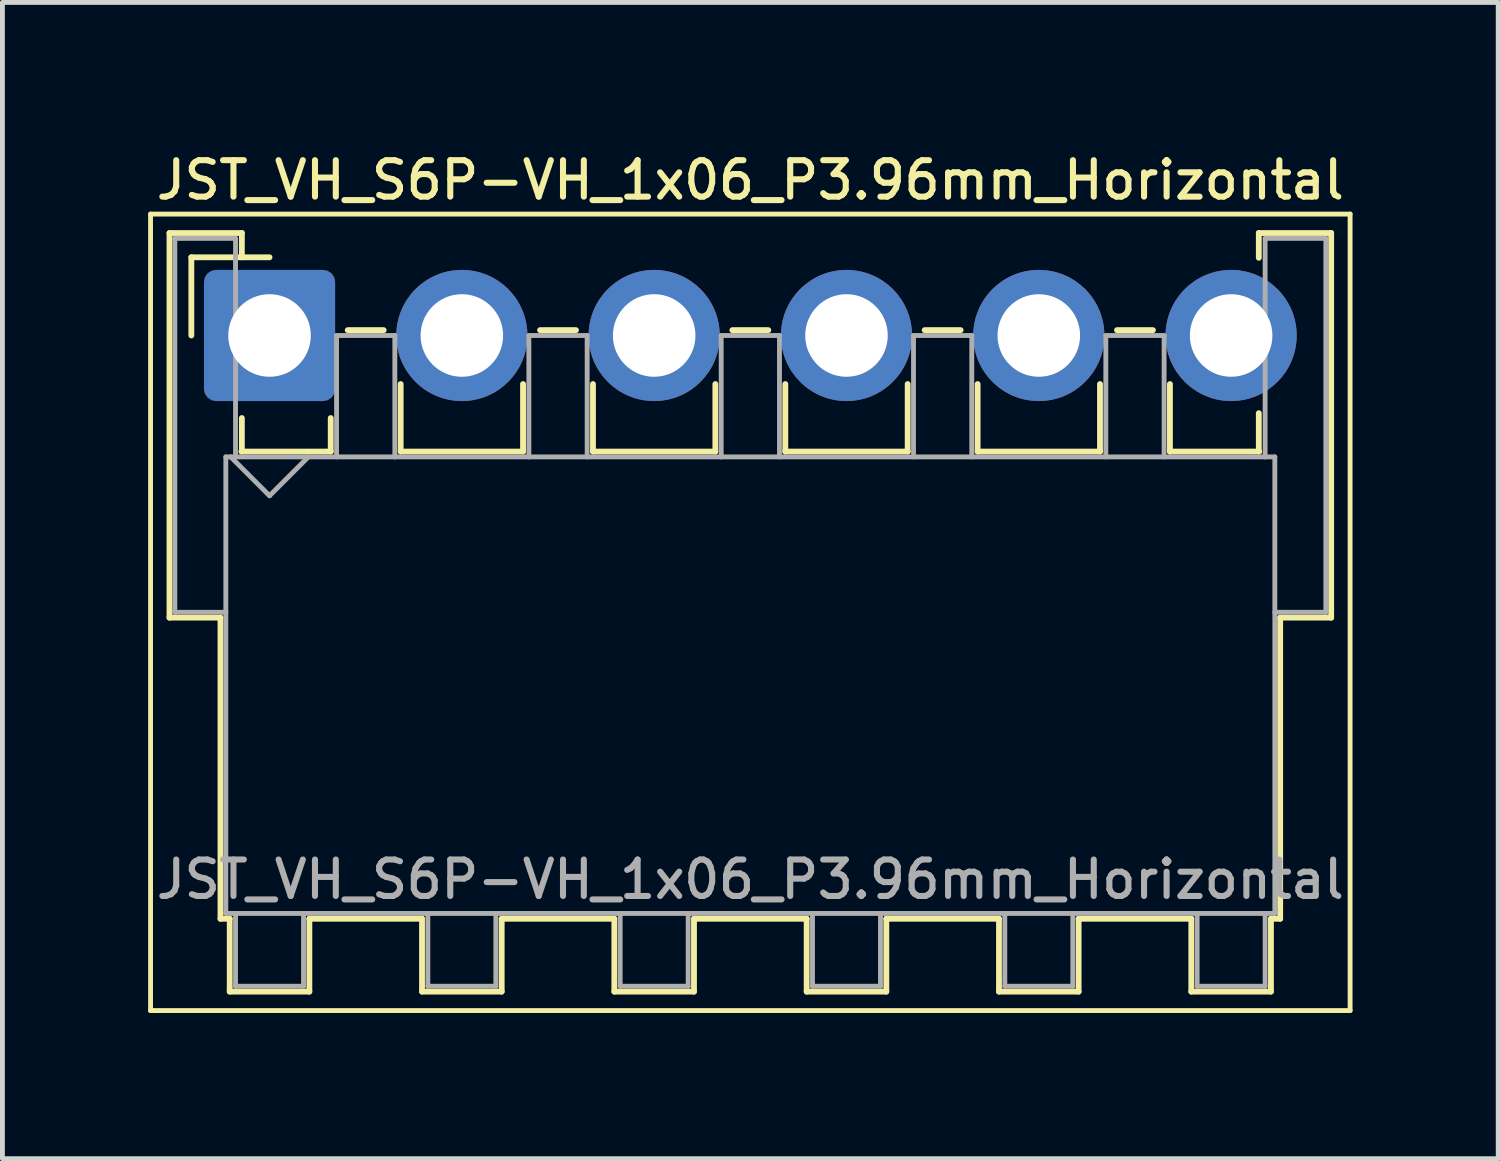
<source format=kicad_pcb>
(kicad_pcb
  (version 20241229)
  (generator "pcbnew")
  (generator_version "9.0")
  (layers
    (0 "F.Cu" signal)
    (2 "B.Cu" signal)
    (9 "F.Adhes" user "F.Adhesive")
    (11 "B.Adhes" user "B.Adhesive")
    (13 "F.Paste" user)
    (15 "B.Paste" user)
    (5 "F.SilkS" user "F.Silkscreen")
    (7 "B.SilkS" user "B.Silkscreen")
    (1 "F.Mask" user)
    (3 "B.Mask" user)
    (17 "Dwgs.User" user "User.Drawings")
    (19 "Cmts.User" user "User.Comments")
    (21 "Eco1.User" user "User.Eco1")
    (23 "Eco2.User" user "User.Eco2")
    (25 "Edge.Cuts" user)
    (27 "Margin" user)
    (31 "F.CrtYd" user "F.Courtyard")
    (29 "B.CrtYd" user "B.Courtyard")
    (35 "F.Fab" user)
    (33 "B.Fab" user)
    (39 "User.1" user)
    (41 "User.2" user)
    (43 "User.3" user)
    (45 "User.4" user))
  (footprint "JST_VH_S6P-VH_1x06_P3.96mm_Horizontal"
    (layer "F.Cu")
    (at 2.5 3.858)
    (property "Reference" "JST_VH_S6P-VH_1x06_P3.96mm_Horizontal" (at 9.9 -3.2 0) (layer "F.SilkS") (effects (font (size 0.75 0.75) (thickness 0.125))))
    (attr through_hole)
    (fp_line (start -2.45 -2.5) (end -2.45 13.9) (stroke (width 0.1) (type solid)) (layer "F.SilkS"))
    (fp_line (start -2.45 13.9) (end 22.25 13.9) (stroke (width 0.1) (type solid)) (layer "F.SilkS"))
    (fp_line (start -2.06 -2.11) (end -0.57 -2.11) (stroke (width 0.12) (type solid)) (layer "F.SilkS"))
    (fp_line (start -2.06 5.81) (end -2.06 -2.11) (stroke (width 0.12) (type solid)) (layer "F.SilkS"))
    (fp_line (start -1.61 -1.61) (end -1.61 0) (stroke (width 0.12) (type solid)) (layer "F.SilkS"))
    (fp_line (start -1.01 5.81) (end -2.06 5.81) (stroke (width 0.12) (type solid)) (layer "F.SilkS"))
    (fp_line (start -1.01 5.81) (end -1.01 12.01) (stroke (width 0.12) (type solid)) (layer "F.SilkS"))
    (fp_line (start -1.01 12.01) (end -0.82 12.01) (stroke (width 0.12) (type solid)) (layer "F.SilkS"))
    (fp_line (start -0.82 12.01) (end -0.82 13.51) (stroke (width 0.12) (type solid)) (layer "F.SilkS"))
    (fp_line (start -0.82 13.51) (end 0.82 13.51) (stroke (width 0.12) (type solid)) (layer "F.SilkS"))
    (fp_line (start -0.58 2.39) (end 1.26 2.39) (stroke (width 0.12) (type solid)) (layer "F.SilkS"))
    (fp_line (start -0.57 -2.11) (end -0.57 -1.61) (stroke (width 0.12) (type solid)) (layer "F.SilkS"))
    (fp_line (start -0.57 1.7) (end -0.57 2.39) (stroke (width 0.12) (type solid)) (layer "F.SilkS"))
    (fp_line (start 0 -1.61) (end -1.61 -1.61) (stroke (width 0.12) (type solid)) (layer "F.SilkS"))
    (fp_line (start 0.82 12.01) (end 3.14 12.01) (stroke (width 0.12) (type solid)) (layer "F.SilkS"))
    (fp_line (start 0.82 13.51) (end 0.82 12.01) (stroke (width 0.12) (type solid)) (layer "F.SilkS"))
    (fp_line (start 1.26 2.39) (end 1.26 1.7) (stroke (width 0.12) (type solid)) (layer "F.SilkS"))
    (fp_line (start 1.61 -0.11) (end 2.35 -0.11) (stroke (width 0.12) (type solid)) (layer "F.SilkS"))
    (fp_line (start 2.7 1) (end 2.7 2.39) (stroke (width 0.12) (type solid)) (layer "F.SilkS"))
    (fp_line (start 2.7 2.39) (end 5.22 2.39) (stroke (width 0.12) (type solid)) (layer "F.SilkS"))
    (fp_line (start 3.14 12.01) (end 3.14 13.51) (stroke (width 0.12) (type solid)) (layer "F.SilkS"))
    (fp_line (start 3.14 13.51) (end 4.78 13.51) (stroke (width 0.12) (type solid)) (layer "F.SilkS"))
    (fp_line (start 4.78 12.01) (end 7.1 12.01) (stroke (width 0.12) (type solid)) (layer "F.SilkS"))
    (fp_line (start 4.78 13.51) (end 4.78 12.01) (stroke (width 0.12) (type solid)) (layer "F.SilkS"))
    (fp_line (start 5.22 2.39) (end 5.22 1) (stroke (width 0.12) (type solid)) (layer "F.SilkS"))
    (fp_line (start 5.57 -0.11) (end 6.31 -0.11) (stroke (width 0.12) (type solid)) (layer "F.SilkS"))
    (fp_line (start 6.66 1) (end 6.66 2.39) (stroke (width 0.12) (type solid)) (layer "F.SilkS"))
    (fp_line (start 6.66 2.39) (end 9.18 2.39) (stroke (width 0.12) (type solid)) (layer "F.SilkS"))
    (fp_line (start 7.1 12.01) (end 7.1 13.51) (stroke (width 0.12) (type solid)) (layer "F.SilkS"))
    (fp_line (start 7.1 13.51) (end 8.74 13.51) (stroke (width 0.12) (type solid)) (layer "F.SilkS"))
    (fp_line (start 8.74 12.01) (end 11.06 12.01) (stroke (width 0.12) (type solid)) (layer "F.SilkS"))
    (fp_line (start 8.74 13.51) (end 8.74 12.01) (stroke (width 0.12) (type solid)) (layer "F.SilkS"))
    (fp_line (start 9.18 2.39) (end 9.18 1) (stroke (width 0.12) (type solid)) (layer "F.SilkS"))
    (fp_line (start 9.53 -0.11) (end 10.27 -0.11) (stroke (width 0.12) (type solid)) (layer "F.SilkS"))
    (fp_line (start 10.62 1) (end 10.62 2.39) (stroke (width 0.12) (type solid)) (layer "F.SilkS"))
    (fp_line (start 10.62 2.39) (end 13.14 2.39) (stroke (width 0.12) (type solid)) (layer "F.SilkS"))
    (fp_line (start 11.06 12.01) (end 11.06 13.51) (stroke (width 0.12) (type solid)) (layer "F.SilkS"))
    (fp_line (start 11.06 13.51) (end 12.7 13.51) (stroke (width 0.12) (type solid)) (layer "F.SilkS"))
    (fp_line (start 12.7 12.01) (end 15.02 12.01) (stroke (width 0.12) (type solid)) (layer "F.SilkS"))
    (fp_line (start 12.7 13.51) (end 12.7 12.01) (stroke (width 0.12) (type solid)) (layer "F.SilkS"))
    (fp_line (start 13.14 2.39) (end 13.14 1) (stroke (width 0.12) (type solid)) (layer "F.SilkS"))
    (fp_line (start 13.49 -0.11) (end 14.23 -0.11) (stroke (width 0.12) (type solid)) (layer "F.SilkS"))
    (fp_line (start 14.58 1) (end 14.58 2.39) (stroke (width 0.12) (type solid)) (layer "F.SilkS"))
    (fp_line (start 14.58 2.39) (end 17.1 2.39) (stroke (width 0.12) (type solid)) (layer "F.SilkS"))
    (fp_line (start 15.02 12.01) (end 15.02 13.51) (stroke (width 0.12) (type solid)) (layer "F.SilkS"))
    (fp_line (start 15.02 13.51) (end 16.66 13.51) (stroke (width 0.12) (type solid)) (layer "F.SilkS"))
    (fp_line (start 16.66 12.01) (end 18.98 12.01) (stroke (width 0.12) (type solid)) (layer "F.SilkS"))
    (fp_line (start 16.66 13.51) (end 16.66 12.01) (stroke (width 0.12) (type solid)) (layer "F.SilkS"))
    (fp_line (start 17.1 2.39) (end 17.1 1) (stroke (width 0.12) (type solid)) (layer "F.SilkS"))
    (fp_line (start 17.45 -0.11) (end 18.19 -0.11) (stroke (width 0.12) (type solid)) (layer "F.SilkS"))
    (fp_line (start 18.54 1) (end 18.54 2.39) (stroke (width 0.12) (type solid)) (layer "F.SilkS"))
    (fp_line (start 18.54 2.39) (end 20.38 2.39) (stroke (width 0.12) (type solid)) (layer "F.SilkS"))
    (fp_line (start 18.98 12.01) (end 18.98 13.51) (stroke (width 0.12) (type solid)) (layer "F.SilkS"))
    (fp_line (start 18.98 13.51) (end 20.62 13.51) (stroke (width 0.12) (type solid)) (layer "F.SilkS"))
    (fp_line (start 20.37 -2.11) (end 21.86 -2.11) (stroke (width 0.12) (type solid)) (layer "F.SilkS"))
    (fp_line (start 20.37 -1.6) (end 20.37 -2.11) (stroke (width 0.12) (type solid)) (layer "F.SilkS"))
    (fp_line (start 20.37 2.39) (end 20.37 1.6) (stroke (width 0.12) (type solid)) (layer "F.SilkS"))
    (fp_line (start 20.62 12.01) (end 20.81 12.01) (stroke (width 0.12) (type solid)) (layer "F.SilkS"))
    (fp_line (start 20.62 13.51) (end 20.62 12.01) (stroke (width 0.12) (type solid)) (layer "F.SilkS"))
    (fp_line (start 20.81 12.01) (end 20.81 5.81) (stroke (width 0.12) (type solid)) (layer "F.SilkS"))
    (fp_line (start 21.86 -2.11) (end 21.86 5.81) (stroke (width 0.12) (type solid)) (layer "F.SilkS"))
    (fp_line (start 21.86 5.81) (end 20.81 5.81) (stroke (width 0.12) (type solid)) (layer "F.SilkS"))
    (fp_line (start 22.25 -2.5) (end -2.45 -2.5) (stroke (width 0.1) (type solid)) (layer "F.SilkS"))
    (fp_line (start 22.25 13.9) (end 22.25 -2.5) (stroke (width 0.1) (type solid)) (layer "F.SilkS"))
    (fp_line (start -1.95 -2) (end -0.7 -2) (stroke (width 0.1) (type solid)) (layer "F.Fab"))
    (fp_line (start -1.95 5.7) (end -1.95 -2) (stroke (width 0.1) (type solid)) (layer "F.Fab"))
    (fp_line (start -0.9 2.5) (end -0.9 11.9) (stroke (width 0.1) (type solid)) (layer "F.Fab"))
    (fp_line (start -0.9 5.7) (end -1.95 5.7) (stroke (width 0.1) (type solid)) (layer "F.Fab"))
    (fp_line (start -0.9 11.9) (end 20.7 11.9) (stroke (width 0.1) (type solid)) (layer "F.Fab"))
    (fp_line (start -0.8 2.5) (end 0 3.3) (stroke (width 0.1) (type solid)) (layer "F.Fab"))
    (fp_line (start -0.7 -2) (end -0.7 2.5) (stroke (width 0.1) (type solid)) (layer "F.Fab"))
    (fp_line (start -0.7 11.9) (end -0.7 13.4) (stroke (width 0.1) (type solid)) (layer "F.Fab"))
    (fp_line (start -0.7 13.4) (end 0.7 13.4) (stroke (width 0.1) (type solid)) (layer "F.Fab"))
    (fp_line (start 0 3.3) (end 0.8 2.5) (stroke (width 0.1) (type solid)) (layer "F.Fab"))
    (fp_line (start 0.7 13.4) (end 0.7 11.9) (stroke (width 0.1) (type solid)) (layer "F.Fab"))
    (fp_line (start 1.38 0) (end 2.58 0) (stroke (width 0.1) (type solid)) (layer "F.Fab"))
    (fp_line (start 1.38 2.5) (end 1.38 0) (stroke (width 0.1) (type solid)) (layer "F.Fab"))
    (fp_line (start 2.58 0) (end 2.58 2.5) (stroke (width 0.1) (type solid)) (layer "F.Fab"))
    (fp_line (start 3.26 11.9) (end 3.26 13.4) (stroke (width 0.1) (type solid)) (layer "F.Fab"))
    (fp_line (start 3.26 13.4) (end 4.66 13.4) (stroke (width 0.1) (type solid)) (layer "F.Fab"))
    (fp_line (start 4.66 13.4) (end 4.66 11.9) (stroke (width 0.1) (type solid)) (layer "F.Fab"))
    (fp_line (start 5.34 0) (end 6.54 0) (stroke (width 0.1) (type solid)) (layer "F.Fab"))
    (fp_line (start 5.34 2.5) (end 5.34 0) (stroke (width 0.1) (type solid)) (layer "F.Fab"))
    (fp_line (start 6.54 0) (end 6.54 2.5) (stroke (width 0.1) (type solid)) (layer "F.Fab"))
    (fp_line (start 7.22 11.9) (end 7.22 13.4) (stroke (width 0.1) (type solid)) (layer "F.Fab"))
    (fp_line (start 7.22 13.4) (end 8.62 13.4) (stroke (width 0.1) (type solid)) (layer "F.Fab"))
    (fp_line (start 8.62 13.4) (end 8.62 11.9) (stroke (width 0.1) (type solid)) (layer "F.Fab"))
    (fp_line (start 9.3 0) (end 10.5 0) (stroke (width 0.1) (type solid)) (layer "F.Fab"))
    (fp_line (start 9.3 2.5) (end 9.3 0) (stroke (width 0.1) (type solid)) (layer "F.Fab"))
    (fp_line (start 10.5 0) (end 10.5 2.5) (stroke (width 0.1) (type solid)) (layer "F.Fab"))
    (fp_line (start 11.18 11.9) (end 11.18 13.4) (stroke (width 0.1) (type solid)) (layer "F.Fab"))
    (fp_line (start 11.18 13.4) (end 12.58 13.4) (stroke (width 0.1) (type solid)) (layer "F.Fab"))
    (fp_line (start 12.58 13.4) (end 12.58 11.9) (stroke (width 0.1) (type solid)) (layer "F.Fab"))
    (fp_line (start 13.26 0) (end 14.46 0) (stroke (width 0.1) (type solid)) (layer "F.Fab"))
    (fp_line (start 13.26 2.5) (end 13.26 0) (stroke (width 0.1) (type solid)) (layer "F.Fab"))
    (fp_line (start 14.46 0) (end 14.46 2.5) (stroke (width 0.1) (type solid)) (layer "F.Fab"))
    (fp_line (start 15.14 11.9) (end 15.14 13.4) (stroke (width 0.1) (type solid)) (layer "F.Fab"))
    (fp_line (start 15.14 13.4) (end 16.54 13.4) (stroke (width 0.1) (type solid)) (layer "F.Fab"))
    (fp_line (start 16.54 13.4) (end 16.54 11.9) (stroke (width 0.1) (type solid)) (layer "F.Fab"))
    (fp_line (start 17.22 0) (end 18.42 0) (stroke (width 0.1) (type solid)) (layer "F.Fab"))
    (fp_line (start 17.22 2.5) (end 17.22 0) (stroke (width 0.1) (type solid)) (layer "F.Fab"))
    (fp_line (start 18.42 0) (end 18.42 2.5) (stroke (width 0.1) (type solid)) (layer "F.Fab"))
    (fp_line (start 19.1 11.9) (end 19.1 13.4) (stroke (width 0.1) (type solid)) (layer "F.Fab"))
    (fp_line (start 19.1 13.4) (end 20.5 13.4) (stroke (width 0.1) (type solid)) (layer "F.Fab"))
    (fp_line (start 20.5 -2) (end 21.75 -2) (stroke (width 0.1) (type solid)) (layer "F.Fab"))
    (fp_line (start 20.5 2.5) (end 20.5 -2) (stroke (width 0.1) (type solid)) (layer "F.Fab"))
    (fp_line (start 20.5 13.4) (end 20.5 11.9) (stroke (width 0.1) (type solid)) (layer "F.Fab"))
    (fp_line (start 20.7 2.5) (end -0.9 2.5) (stroke (width 0.1) (type solid)) (layer "F.Fab"))
    (fp_line (start 20.7 11.9) (end 20.7 2.5) (stroke (width 0.1) (type solid)) (layer "F.Fab"))
    (fp_line (start 21.75 -2) (end 21.75 5.7) (stroke (width 0.1) (type solid)) (layer "F.Fab"))
    (fp_line (start 21.75 5.7) (end 20.7 5.7) (stroke (width 0.1) (type solid)) (layer "F.Fab"))
    (fp_text user "${REFERENCE}" (at 9.9 11.2 0) (layer "F.Fab") (effects (font (size 0.75 0.75) (thickness 0.125))))
    (pad "1" thru_hole roundrect (at 0 0) (size 2.7 2.7) (drill 1.7) (layers "*.Cu" "*.Mask") (roundrect_rratio 0.093))
    (pad "2" thru_hole circle (at 3.96 0) (size 2.7 2.7) (drill 1.7) (layers "*.Cu" "*.Mask"))
    (pad "3" thru_hole circle (at 7.92 0) (size 2.7 2.7) (drill 1.7) (layers "*.Cu" "*.Mask"))
    (pad "4" thru_hole circle (at 11.88 0) (size 2.7 2.7) (drill 1.7) (layers "*.Cu" "*.Mask"))
    (pad "5" thru_hole circle (at 15.84 0) (size 2.7 2.7) (drill 1.7) (layers "*.Cu" "*.Mask"))
    (pad "6" thru_hole circle (at 19.8 0) (size 2.7 2.7) (drill 1.7) (layers "*.Cu" "*.Mask")))
  (gr_rect
    (start -3 -3)
    (end 27.8 20.808)
    (stroke (width 0.1) (type default))
    (fill no)
    (layer "Edge.Cuts")))
</source>
